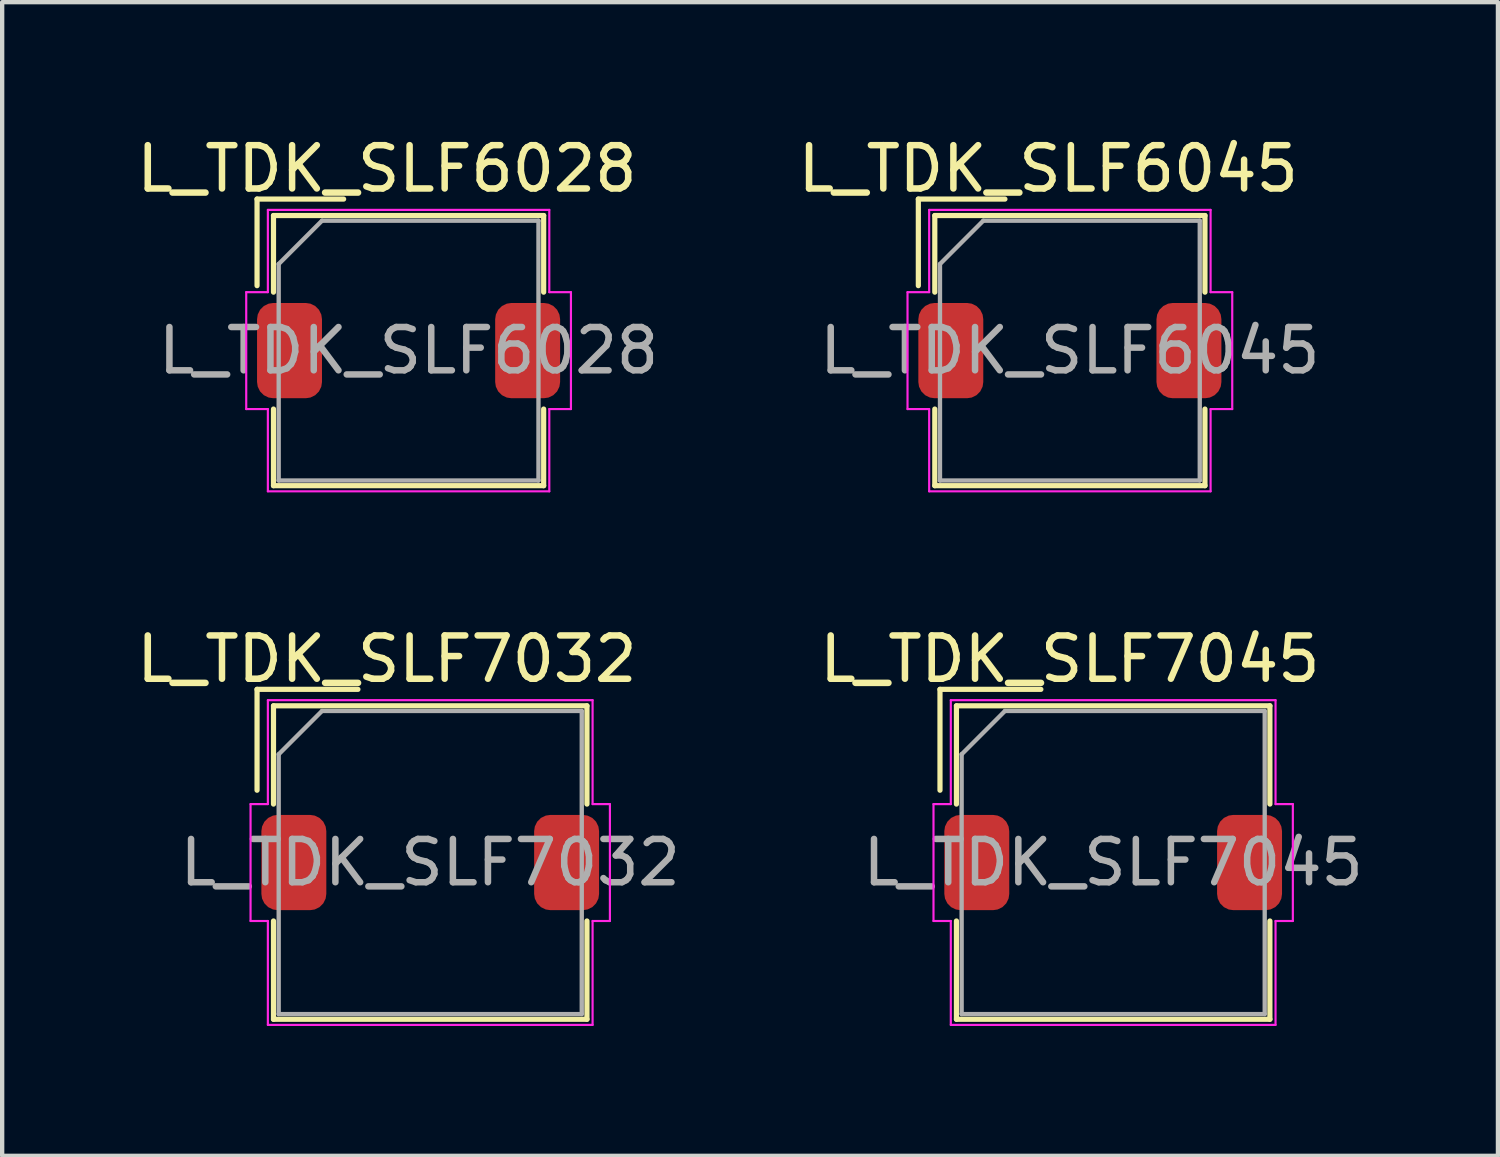
<source format=kicad_pcb>
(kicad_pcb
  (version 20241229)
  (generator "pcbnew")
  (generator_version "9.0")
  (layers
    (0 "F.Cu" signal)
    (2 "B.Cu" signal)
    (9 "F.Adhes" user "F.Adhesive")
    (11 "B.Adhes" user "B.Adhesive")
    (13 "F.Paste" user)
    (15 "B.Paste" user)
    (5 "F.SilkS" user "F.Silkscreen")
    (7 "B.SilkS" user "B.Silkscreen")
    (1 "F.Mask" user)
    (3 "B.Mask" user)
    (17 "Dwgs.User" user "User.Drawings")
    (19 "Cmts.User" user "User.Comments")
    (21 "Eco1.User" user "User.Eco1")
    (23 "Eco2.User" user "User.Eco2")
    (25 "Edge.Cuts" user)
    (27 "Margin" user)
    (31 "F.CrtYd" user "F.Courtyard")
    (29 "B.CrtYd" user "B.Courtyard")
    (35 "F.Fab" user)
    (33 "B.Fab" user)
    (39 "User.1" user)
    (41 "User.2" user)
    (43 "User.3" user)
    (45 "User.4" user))
  (footprint "L_TDK_SLF6028"
    (layer "F.Cu")
    (at 6.387 5.048)
    (property "Reference" "L_TDK_SLF6028" (at -0.5 -4.2 0) (layer "F.SilkS") (effects (font (size 1 1) (thickness 0.15))))
    (attr smd)
    (fp_line (start -3.5 -3.5) (end -1.5 -3.5) (stroke (width 0.12) (type solid)) (layer "F.SilkS"))
    (fp_line (start -3.5 -1.5) (end -3.5 -3.5) (stroke (width 0.12) (type solid)) (layer "F.SilkS"))
    (fp_line (start -3.12 -3.12) (end -3.12 -1.35) (stroke (width 0.12) (type solid)) (layer "F.SilkS"))
    (fp_line (start -3.12 -3.12) (end 3.12 -3.12) (stroke (width 0.12) (type solid)) (layer "F.SilkS"))
    (fp_line (start -3.12 1.35) (end -3.12 3.12) (stroke (width 0.12) (type solid)) (layer "F.SilkS"))
    (fp_line (start -3.12 3.12) (end 3.12 3.12) (stroke (width 0.12) (type solid)) (layer "F.SilkS"))
    (fp_line (start 3.12 -3.12) (end 3.12 -1.35) (stroke (width 0.12) (type solid)) (layer "F.SilkS"))
    (fp_line (start 3.12 1.35) (end 3.12 3.12) (stroke (width 0.12) (type solid)) (layer "F.SilkS"))
    (fp_line (start -3.75 -1.35) (end -3.75 1.35) (stroke (width 0.05) (type solid)) (layer "F.CrtYd"))
    (fp_line (start -3.75 1.35) (end -3.25 1.35) (stroke (width 0.05) (type solid)) (layer "F.CrtYd"))
    (fp_line (start -3.25 -3.25) (end -3.25 -1.35) (stroke (width 0.05) (type solid)) (layer "F.CrtYd"))
    (fp_line (start -3.25 -3.25) (end 3.25 -3.25) (stroke (width 0.05) (type solid)) (layer "F.CrtYd"))
    (fp_line (start -3.25 -1.35) (end -3.75 -1.35) (stroke (width 0.05) (type solid)) (layer "F.CrtYd"))
    (fp_line (start -3.25 1.35) (end -3.25 3.25) (stroke (width 0.05) (type solid)) (layer "F.CrtYd"))
    (fp_line (start -3.25 3.25) (end 3.25 3.25) (stroke (width 0.05) (type solid)) (layer "F.CrtYd"))
    (fp_line (start 3.25 -3.25) (end 3.25 -1.35) (stroke (width 0.05) (type solid)) (layer "F.CrtYd"))
    (fp_line (start 3.25 -1.35) (end 3.75 -1.35) (stroke (width 0.05) (type solid)) (layer "F.CrtYd"))
    (fp_line (start 3.25 1.35) (end 3.25 3.25) (stroke (width 0.05) (type solid)) (layer "F.CrtYd"))
    (fp_line (start 3.75 -1.35) (end 3.75 1.35) (stroke (width 0.05) (type solid)) (layer "F.CrtYd"))
    (fp_line (start 3.75 1.35) (end 3.25 1.35) (stroke (width 0.05) (type solid)) (layer "F.CrtYd"))
    (fp_line (start -3 -2) (end -2 -3) (stroke (width 0.1) (type solid)) (layer "F.Fab"))
    (fp_line (start -3 3) (end -3 -2) (stroke (width 0.1) (type solid)) (layer "F.Fab"))
    (fp_line (start -2 -3) (end 3 -3) (stroke (width 0.1) (type solid)) (layer "F.Fab"))
    (fp_line (start 3 -3) (end 3 3) (stroke (width 0.1) (type solid)) (layer "F.Fab"))
    (fp_line (start 3 3) (end -3 3) (stroke (width 0.1) (type solid)) (layer "F.Fab"))
    (fp_text user "${REFERENCE}" (at 0 0 0) (layer "F.Fab") (effects (font (size 1 1) (thickness 0.15))))
    (pad "1" smd roundrect (at -2.75 0) (size 1.5 2.2) (layers "F.Cu" "F.Mask" "F.Paste") (roundrect_rratio 0.25))
    (pad "2" smd roundrect (at 2.75 0) (size 1.5 2.2) (layers "F.Cu" "F.Mask" "F.Paste") (roundrect_rratio 0.25)))
  (footprint "L_TDK_SLF6045"
    (layer "F.Cu")
    (at 21.661 5.048)
    (property "Reference" "L_TDK_SLF6045" (at -0.5 -4.2 0) (layer "F.SilkS") (effects (font (size 1 1) (thickness 0.15))))
    (attr smd)
    (fp_line (start -3.5 -3.5) (end -1.5 -3.5) (stroke (width 0.12) (type solid)) (layer "F.SilkS"))
    (fp_line (start -3.5 -1.5) (end -3.5 -3.5) (stroke (width 0.12) (type solid)) (layer "F.SilkS"))
    (fp_line (start -3.12 -3.12) (end -3.12 -1.35) (stroke (width 0.12) (type solid)) (layer "F.SilkS"))
    (fp_line (start -3.12 -3.12) (end 3.12 -3.12) (stroke (width 0.12) (type solid)) (layer "F.SilkS"))
    (fp_line (start -3.12 1.35) (end -3.12 3.12) (stroke (width 0.12) (type solid)) (layer "F.SilkS"))
    (fp_line (start -3.12 3.12) (end 3.12 3.12) (stroke (width 0.12) (type solid)) (layer "F.SilkS"))
    (fp_line (start 3.12 -3.12) (end 3.12 -1.35) (stroke (width 0.12) (type solid)) (layer "F.SilkS"))
    (fp_line (start 3.12 1.35) (end 3.12 3.12) (stroke (width 0.12) (type solid)) (layer "F.SilkS"))
    (fp_line (start -3.75 -1.35) (end -3.75 1.35) (stroke (width 0.05) (type solid)) (layer "F.CrtYd"))
    (fp_line (start -3.75 1.35) (end -3.25 1.35) (stroke (width 0.05) (type solid)) (layer "F.CrtYd"))
    (fp_line (start -3.25 -3.25) (end -3.25 -1.35) (stroke (width 0.05) (type solid)) (layer "F.CrtYd"))
    (fp_line (start -3.25 -3.25) (end 3.25 -3.25) (stroke (width 0.05) (type solid)) (layer "F.CrtYd"))
    (fp_line (start -3.25 -1.35) (end -3.75 -1.35) (stroke (width 0.05) (type solid)) (layer "F.CrtYd"))
    (fp_line (start -3.25 1.35) (end -3.25 3.25) (stroke (width 0.05) (type solid)) (layer "F.CrtYd"))
    (fp_line (start -3.25 3.25) (end 3.25 3.25) (stroke (width 0.05) (type solid)) (layer "F.CrtYd"))
    (fp_line (start 3.25 -3.25) (end 3.25 -1.35) (stroke (width 0.05) (type solid)) (layer "F.CrtYd"))
    (fp_line (start 3.25 -1.35) (end 3.75 -1.35) (stroke (width 0.05) (type solid)) (layer "F.CrtYd"))
    (fp_line (start 3.25 1.35) (end 3.25 3.25) (stroke (width 0.05) (type solid)) (layer "F.CrtYd"))
    (fp_line (start 3.75 -1.35) (end 3.75 1.35) (stroke (width 0.05) (type solid)) (layer "F.CrtYd"))
    (fp_line (start 3.75 1.35) (end 3.25 1.35) (stroke (width 0.05) (type solid)) (layer "F.CrtYd"))
    (fp_line (start -3 -2) (end -2 -3) (stroke (width 0.1) (type solid)) (layer "F.Fab"))
    (fp_line (start -3 3) (end -3 -2) (stroke (width 0.1) (type solid)) (layer "F.Fab"))
    (fp_line (start -2 -3) (end 3 -3) (stroke (width 0.1) (type solid)) (layer "F.Fab"))
    (fp_line (start 3 -3) (end 3 3) (stroke (width 0.1) (type solid)) (layer "F.Fab"))
    (fp_line (start 3 3) (end -3 3) (stroke (width 0.1) (type solid)) (layer "F.Fab"))
    (fp_text user "${REFERENCE}" (at 0 0 0) (layer "F.Fab") (effects (font (size 1 1) (thickness 0.15))))
    (pad "1" smd roundrect (at -2.75 0) (size 1.5 2.2) (layers "F.Cu" "F.Mask" "F.Paste") (roundrect_rratio 0.25))
    (pad "2" smd roundrect (at 2.75 0) (size 1.5 2.2) (layers "F.Cu" "F.Mask" "F.Paste") (roundrect_rratio 0.25)))
  (footprint "L_TDK_SLF7045"
    (layer "F.Cu")
    (at 22.661 16.872)
    (property "Reference" "L_TDK_SLF7045" (at -1 -4.7 0) (layer "F.SilkS") (effects (font (size 1 1) (thickness 0.15))))
    (attr smd)
    (fp_line (start -4 -4) (end -1.67 -4) (stroke (width 0.12) (type solid)) (layer "F.SilkS"))
    (fp_line (start -4 -1.67) (end -4 -4) (stroke (width 0.12) (type solid)) (layer "F.SilkS"))
    (fp_line (start -3.62 -3.62) (end -3.62 -1.35) (stroke (width 0.12) (type solid)) (layer "F.SilkS"))
    (fp_line (start -3.62 -3.62) (end 3.62 -3.62) (stroke (width 0.12) (type solid)) (layer "F.SilkS"))
    (fp_line (start -3.62 1.35) (end -3.62 3.62) (stroke (width 0.12) (type solid)) (layer "F.SilkS"))
    (fp_line (start -3.62 3.62) (end 3.62 3.62) (stroke (width 0.12) (type solid)) (layer "F.SilkS"))
    (fp_line (start 3.62 -3.62) (end 3.62 -1.35) (stroke (width 0.12) (type solid)) (layer "F.SilkS"))
    (fp_line (start 3.62 1.35) (end 3.62 3.62) (stroke (width 0.12) (type solid)) (layer "F.SilkS"))
    (fp_line (start -4.15 -1.35) (end -4.15 1.35) (stroke (width 0.05) (type solid)) (layer "F.CrtYd"))
    (fp_line (start -4.15 1.35) (end -3.75 1.35) (stroke (width 0.05) (type solid)) (layer "F.CrtYd"))
    (fp_line (start -3.75 -3.75) (end -3.75 -1.35) (stroke (width 0.05) (type solid)) (layer "F.CrtYd"))
    (fp_line (start -3.75 -3.75) (end 3.75 -3.75) (stroke (width 0.05) (type solid)) (layer "F.CrtYd"))
    (fp_line (start -3.75 -1.35) (end -4.15 -1.35) (stroke (width 0.05) (type solid)) (layer "F.CrtYd"))
    (fp_line (start -3.75 1.35) (end -3.75 3.75) (stroke (width 0.05) (type solid)) (layer "F.CrtYd"))
    (fp_line (start -3.75 3.75) (end 3.75 3.75) (stroke (width 0.05) (type solid)) (layer "F.CrtYd"))
    (fp_line (start 3.75 -3.75) (end 3.75 -1.35) (stroke (width 0.05) (type solid)) (layer "F.CrtYd"))
    (fp_line (start 3.75 -1.35) (end 4.15 -1.35) (stroke (width 0.05) (type solid)) (layer "F.CrtYd"))
    (fp_line (start 3.75 1.35) (end 3.75 3.75) (stroke (width 0.05) (type solid)) (layer "F.CrtYd"))
    (fp_line (start 4.15 -1.35) (end 4.15 1.35) (stroke (width 0.05) (type solid)) (layer "F.CrtYd"))
    (fp_line (start 4.15 1.35) (end 3.75 1.35) (stroke (width 0.05) (type solid)) (layer "F.CrtYd"))
    (fp_line (start -3.5 -2.5) (end -2.5 -3.5) (stroke (width 0.1) (type solid)) (layer "F.Fab"))
    (fp_line (start -3.5 3.5) (end -3.5 -2.5) (stroke (width 0.1) (type solid)) (layer "F.Fab"))
    (fp_line (start -2.5 -3.5) (end 3.5 -3.5) (stroke (width 0.1) (type solid)) (layer "F.Fab"))
    (fp_line (start 3.5 -3.5) (end 3.5 3.5) (stroke (width 0.1) (type solid)) (layer "F.Fab"))
    (fp_line (start 3.5 3.5) (end -3.5 3.5) (stroke (width 0.1) (type solid)) (layer "F.Fab"))
    (fp_text user "${REFERENCE}" (at 0 0 0) (layer "F.Fab") (effects (font (size 1 1) (thickness 0.15))))
    (pad "1" smd roundrect (at -3.15 0) (size 1.5 2.2) (layers "F.Cu" "F.Mask" "F.Paste") (roundrect_rratio 0.25))
    (pad "2" smd roundrect (at 3.15 0) (size 1.5 2.2) (layers "F.Cu" "F.Mask" "F.Paste") (roundrect_rratio 0.25)))
  (footprint "L_TDK_SLF7032"
    (layer "F.Cu")
    (at 6.887 16.872)
    (property "Reference" "L_TDK_SLF7032" (at -1 -4.7 0) (layer "F.SilkS") (effects (font (size 1 1) (thickness 0.15))))
    (attr smd)
    (fp_line (start -4 -4) (end -1.67 -4) (stroke (width 0.12) (type solid)) (layer "F.SilkS"))
    (fp_line (start -4 -1.67) (end -4 -4) (stroke (width 0.12) (type solid)) (layer "F.SilkS"))
    (fp_line (start -3.62 -3.62) (end -3.62 -1.35) (stroke (width 0.12) (type solid)) (layer "F.SilkS"))
    (fp_line (start -3.62 -3.62) (end 3.62 -3.62) (stroke (width 0.12) (type solid)) (layer "F.SilkS"))
    (fp_line (start -3.62 1.35) (end -3.62 3.62) (stroke (width 0.12) (type solid)) (layer "F.SilkS"))
    (fp_line (start -3.62 3.62) (end 3.62 3.62) (stroke (width 0.12) (type solid)) (layer "F.SilkS"))
    (fp_line (start 3.62 -3.62) (end 3.62 -1.35) (stroke (width 0.12) (type solid)) (layer "F.SilkS"))
    (fp_line (start 3.62 1.35) (end 3.62 3.62) (stroke (width 0.12) (type solid)) (layer "F.SilkS"))
    (fp_line (start -4.15 -1.35) (end -4.15 1.35) (stroke (width 0.05) (type solid)) (layer "F.CrtYd"))
    (fp_line (start -4.15 1.35) (end -3.75 1.35) (stroke (width 0.05) (type solid)) (layer "F.CrtYd"))
    (fp_line (start -3.75 -3.75) (end -3.75 -1.35) (stroke (width 0.05) (type solid)) (layer "F.CrtYd"))
    (fp_line (start -3.75 -3.75) (end 3.75 -3.75) (stroke (width 0.05) (type solid)) (layer "F.CrtYd"))
    (fp_line (start -3.75 -1.35) (end -4.15 -1.35) (stroke (width 0.05) (type solid)) (layer "F.CrtYd"))
    (fp_line (start -3.75 1.35) (end -3.75 3.75) (stroke (width 0.05) (type solid)) (layer "F.CrtYd"))
    (fp_line (start -3.75 3.75) (end 3.75 3.75) (stroke (width 0.05) (type solid)) (layer "F.CrtYd"))
    (fp_line (start 3.75 -3.75) (end 3.75 -1.35) (stroke (width 0.05) (type solid)) (layer "F.CrtYd"))
    (fp_line (start 3.75 -1.35) (end 4.15 -1.35) (stroke (width 0.05) (type solid)) (layer "F.CrtYd"))
    (fp_line (start 3.75 1.35) (end 3.75 3.75) (stroke (width 0.05) (type solid)) (layer "F.CrtYd"))
    (fp_line (start 4.15 -1.35) (end 4.15 1.35) (stroke (width 0.05) (type solid)) (layer "F.CrtYd"))
    (fp_line (start 4.15 1.35) (end 3.75 1.35) (stroke (width 0.05) (type solid)) (layer "F.CrtYd"))
    (fp_line (start -3.5 -2.5) (end -2.5 -3.5) (stroke (width 0.1) (type solid)) (layer "F.Fab"))
    (fp_line (start -3.5 3.5) (end -3.5 -2.5) (stroke (width 0.1) (type solid)) (layer "F.Fab"))
    (fp_line (start -2.5 -3.5) (end 3.5 -3.5) (stroke (width 0.1) (type solid)) (layer "F.Fab"))
    (fp_line (start 3.5 -3.5) (end 3.5 3.5) (stroke (width 0.1) (type solid)) (layer "F.Fab"))
    (fp_line (start 3.5 3.5) (end -3.5 3.5) (stroke (width 0.1) (type solid)) (layer "F.Fab"))
    (fp_text user "${REFERENCE}" (at 0 0 0) (layer "F.Fab") (effects (font (size 1 1) (thickness 0.15))))
    (pad "1" smd roundrect (at -3.15 0) (size 1.5 2.2) (layers "F.Cu" "F.Mask" "F.Paste") (roundrect_rratio 0.25))
    (pad "2" smd roundrect (at 3.15 0) (size 1.5 2.2) (layers "F.Cu" "F.Mask" "F.Paste") (roundrect_rratio 0.25)))
  (gr_rect
    (start -3 -3)
    (end 31.548 23.646)
    (stroke (width 0.1) (type default))
    (fill no)
    (layer "Edge.Cuts")))
</source>
